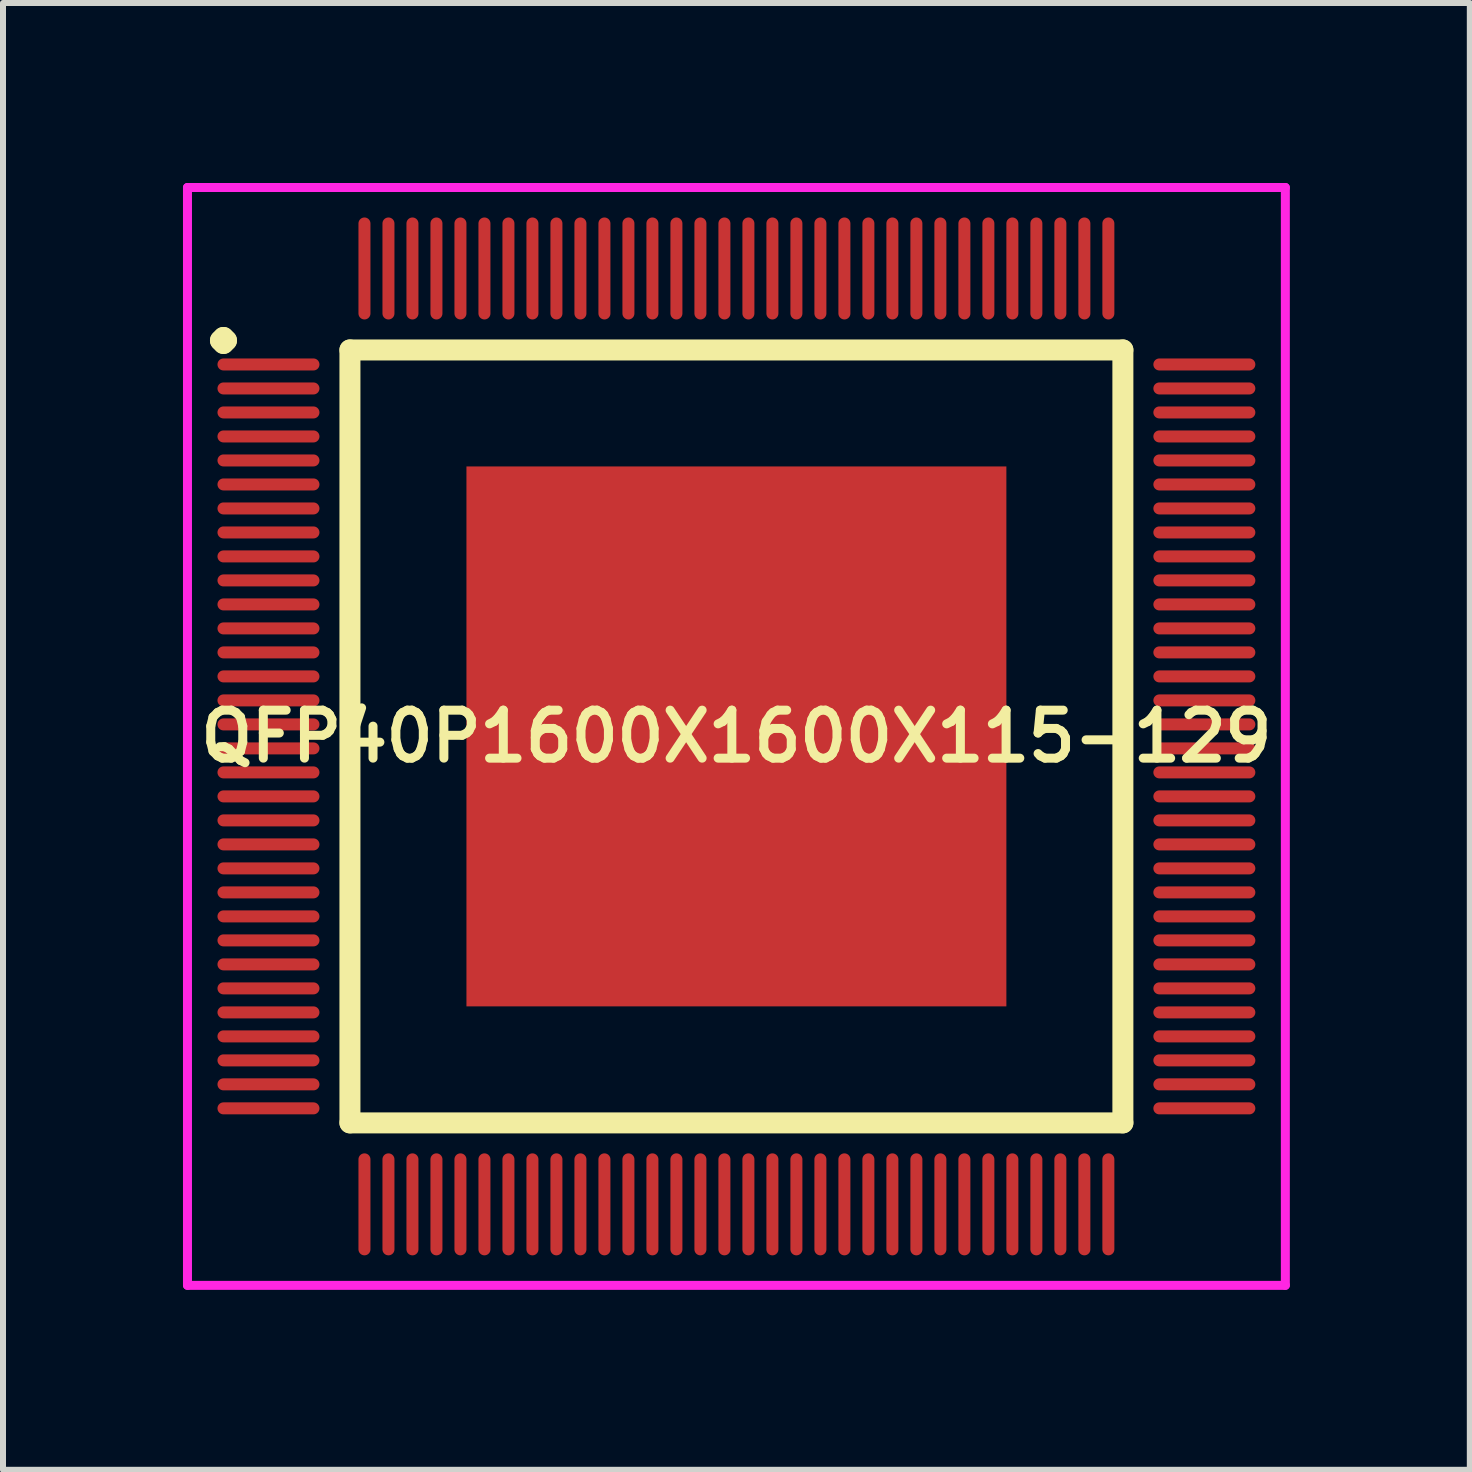
<source format=kicad_pcb>
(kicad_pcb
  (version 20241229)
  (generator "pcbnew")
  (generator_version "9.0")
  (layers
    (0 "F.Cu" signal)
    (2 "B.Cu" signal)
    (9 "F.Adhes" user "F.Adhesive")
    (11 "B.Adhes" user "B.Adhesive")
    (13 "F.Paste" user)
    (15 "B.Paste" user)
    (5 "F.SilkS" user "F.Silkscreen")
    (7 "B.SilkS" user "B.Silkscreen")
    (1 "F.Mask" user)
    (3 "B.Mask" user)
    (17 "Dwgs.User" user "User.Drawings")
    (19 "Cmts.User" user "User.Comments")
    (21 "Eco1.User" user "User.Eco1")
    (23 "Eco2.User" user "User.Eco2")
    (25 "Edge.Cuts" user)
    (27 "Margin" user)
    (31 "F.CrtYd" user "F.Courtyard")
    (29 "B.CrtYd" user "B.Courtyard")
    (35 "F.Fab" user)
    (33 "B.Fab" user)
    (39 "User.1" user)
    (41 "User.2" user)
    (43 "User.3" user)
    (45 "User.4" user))
  (footprint "QFP40P1600X1600X115-129"
    (layer "F.Cu")
    (at 9.225 9.225)
    (property "Reference" "QFP40P1600X1600X115-129" (at 0 0 0) (layer "F.SilkS") (effects (font (size 0.8 0.8) (thickness 0.15))))
    (attr through_hole)
    (fp_line (start -8.6 -6.6) (end -8.55 -6.65) (stroke (width 0.35) (type solid)) (layer "F.SilkS"))
    (fp_line (start -8.55 -6.65) (end -8.5 -6.6) (stroke (width 0.35) (type solid)) (layer "F.SilkS"))
    (fp_line (start -8.55 -6.55) (end -8.6 -6.6) (stroke (width 0.35) (type solid)) (layer "F.SilkS"))
    (fp_line (start -8.5 -6.6) (end -8.55 -6.55) (stroke (width 0.35) (type solid)) (layer "F.SilkS"))
    (fp_line (start -6.442 -6.442) (end -6.442 6.442) (stroke (width 0.35) (type solid)) (layer "F.SilkS"))
    (fp_line (start -6.442 6.442) (end 6.442 6.442) (stroke (width 0.35) (type solid)) (layer "F.SilkS"))
    (fp_line (start 6.442 -6.442) (end -6.442 -6.442) (stroke (width 0.35) (type solid)) (layer "F.SilkS"))
    (fp_line (start 6.442 6.442) (end 6.442 -6.442) (stroke (width 0.35) (type solid)) (layer "F.SilkS"))
    (fp_line (start -9.15 -9.15) (end 9.15 -9.15) (stroke (width 0.15) (type solid)) (layer "F.CrtYd"))
    (fp_line (start -9.15 9.15) (end -9.15 -9.15) (stroke (width 0.15) (type solid)) (layer "F.CrtYd"))
    (fp_line (start 9.15 -9.15) (end 9.15 9.15) (stroke (width 0.15) (type solid)) (layer "F.CrtYd"))
    (fp_line (start 9.15 9.15) (end -9.15 9.15) (stroke (width 0.15) (type solid)) (layer "F.CrtYd"))
    (pad "1" smd oval (at -7.8 -6.2) (size 1.7 0.2) (layers "F.Cu" "F.Mask" "F.Paste"))
    (pad "2" smd oval (at -7.8 -5.8) (size 1.7 0.2) (layers "F.Cu" "F.Mask" "F.Paste"))
    (pad "3" smd oval (at -7.8 -5.4) (size 1.7 0.2) (layers "F.Cu" "F.Mask" "F.Paste"))
    (pad "4" smd oval (at -7.8 -5) (size 1.7 0.2) (layers "F.Cu" "F.Mask" "F.Paste"))
    (pad "5" smd oval (at -7.8 -4.6) (size 1.7 0.2) (layers "F.Cu" "F.Mask" "F.Paste"))
    (pad "6" smd oval (at -7.8 -4.2) (size 1.7 0.2) (layers "F.Cu" "F.Mask" "F.Paste"))
    (pad "7" smd oval (at -7.8 -3.8) (size 1.7 0.2) (layers "F.Cu" "F.Mask" "F.Paste"))
    (pad "8" smd oval (at -7.8 -3.4) (size 1.7 0.2) (layers "F.Cu" "F.Mask" "F.Paste"))
    (pad "9" smd oval (at -7.8 -3) (size 1.7 0.2) (layers "F.Cu" "F.Mask" "F.Paste"))
    (pad "10" smd oval (at -7.8 -2.6) (size 1.7 0.2) (layers "F.Cu" "F.Mask" "F.Paste"))
    (pad "11" smd oval (at -7.8 -2.2) (size 1.7 0.2) (layers "F.Cu" "F.Mask" "F.Paste"))
    (pad "12" smd oval (at -7.8 -1.8) (size 1.7 0.2) (layers "F.Cu" "F.Mask" "F.Paste"))
    (pad "13" smd oval (at -7.8 -1.4) (size 1.7 0.2) (layers "F.Cu" "F.Mask" "F.Paste"))
    (pad "14" smd oval (at -7.8 -1) (size 1.7 0.2) (layers "F.Cu" "F.Mask" "F.Paste"))
    (pad "15" smd oval (at -7.8 -0.6) (size 1.7 0.2) (layers "F.Cu" "F.Mask" "F.Paste"))
    (pad "16" smd oval (at -7.8 -0.2) (size 1.7 0.2) (layers "F.Cu" "F.Mask" "F.Paste"))
    (pad "17" smd oval (at -7.8 0.2) (size 1.7 0.2) (layers "F.Cu" "F.Mask" "F.Paste"))
    (pad "18" smd oval (at -7.8 0.6) (size 1.7 0.2) (layers "F.Cu" "F.Mask" "F.Paste"))
    (pad "19" smd oval (at -7.8 1) (size 1.7 0.2) (layers "F.Cu" "F.Mask" "F.Paste"))
    (pad "20" smd oval (at -7.8 1.4) (size 1.7 0.2) (layers "F.Cu" "F.Mask" "F.Paste"))
    (pad "21" smd oval (at -7.8 1.8) (size 1.7 0.2) (layers "F.Cu" "F.Mask" "F.Paste"))
    (pad "22" smd oval (at -7.8 2.2) (size 1.7 0.2) (layers "F.Cu" "F.Mask" "F.Paste"))
    (pad "23" smd oval (at -7.8 2.6) (size 1.7 0.2) (layers "F.Cu" "F.Mask" "F.Paste"))
    (pad "24" smd oval (at -7.8 3) (size 1.7 0.2) (layers "F.Cu" "F.Mask" "F.Paste"))
    (pad "25" smd oval (at -7.8 3.4) (size 1.7 0.2) (layers "F.Cu" "F.Mask" "F.Paste"))
    (pad "26" smd oval (at -7.8 3.8) (size 1.7 0.2) (layers "F.Cu" "F.Mask" "F.Paste"))
    (pad "27" smd oval (at -7.8 4.2) (size 1.7 0.2) (layers "F.Cu" "F.Mask" "F.Paste"))
    (pad "28" smd oval (at -7.8 4.6) (size 1.7 0.2) (layers "F.Cu" "F.Mask" "F.Paste"))
    (pad "29" smd oval (at -7.8 5) (size 1.7 0.2) (layers "F.Cu" "F.Mask" "F.Paste"))
    (pad "30" smd oval (at -7.8 5.4) (size 1.7 0.2) (layers "F.Cu" "F.Mask" "F.Paste"))
    (pad "31" smd oval (at -7.8 5.8) (size 1.7 0.2) (layers "F.Cu" "F.Mask" "F.Paste"))
    (pad "32" smd oval (at -7.8 6.2) (size 1.7 0.2) (layers "F.Cu" "F.Mask" "F.Paste"))
    (pad "33" smd oval (at -6.2 7.8) (size 0.2 1.7) (layers "F.Cu" "F.Mask" "F.Paste"))
    (pad "34" smd oval (at -5.8 7.8) (size 0.2 1.7) (layers "F.Cu" "F.Mask" "F.Paste"))
    (pad "35" smd oval (at -5.4 7.8) (size 0.2 1.7) (layers "F.Cu" "F.Mask" "F.Paste"))
    (pad "36" smd oval (at -5 7.8) (size 0.2 1.7) (layers "F.Cu" "F.Mask" "F.Paste"))
    (pad "37" smd oval (at -4.6 7.8) (size 0.2 1.7) (layers "F.Cu" "F.Mask" "F.Paste"))
    (pad "38" smd oval (at -4.2 7.8) (size 0.2 1.7) (layers "F.Cu" "F.Mask" "F.Paste"))
    (pad "39" smd oval (at -3.8 7.8) (size 0.2 1.7) (layers "F.Cu" "F.Mask" "F.Paste"))
    (pad "40" smd oval (at -3.4 7.8) (size 0.2 1.7) (layers "F.Cu" "F.Mask" "F.Paste"))
    (pad "41" smd oval (at -3 7.8) (size 0.2 1.7) (layers "F.Cu" "F.Mask" "F.Paste"))
    (pad "42" smd oval (at -2.6 7.8) (size 0.2 1.7) (layers "F.Cu" "F.Mask" "F.Paste"))
    (pad "43" smd oval (at -2.2 7.8) (size 0.2 1.7) (layers "F.Cu" "F.Mask" "F.Paste"))
    (pad "44" smd oval (at -1.8 7.8) (size 0.2 1.7) (layers "F.Cu" "F.Mask" "F.Paste"))
    (pad "45" smd oval (at -1.4 7.8) (size 0.2 1.7) (layers "F.Cu" "F.Mask" "F.Paste"))
    (pad "46" smd oval (at -1 7.8) (size 0.2 1.7) (layers "F.Cu" "F.Mask" "F.Paste"))
    (pad "47" smd oval (at -0.6 7.8) (size 0.2 1.7) (layers "F.Cu" "F.Mask" "F.Paste"))
    (pad "48" smd oval (at -0.2 7.8) (size 0.2 1.7) (layers "F.Cu" "F.Mask" "F.Paste"))
    (pad "49" smd oval (at 0.2 7.8) (size 0.2 1.7) (layers "F.Cu" "F.Mask" "F.Paste"))
    (pad "50" smd oval (at 0.6 7.8) (size 0.2 1.7) (layers "F.Cu" "F.Mask" "F.Paste"))
    (pad "51" smd oval (at 1 7.8) (size 0.2 1.7) (layers "F.Cu" "F.Mask" "F.Paste"))
    (pad "52" smd oval (at 1.4 7.8) (size 0.2 1.7) (layers "F.Cu" "F.Mask" "F.Paste"))
    (pad "53" smd oval (at 1.8 7.8) (size 0.2 1.7) (layers "F.Cu" "F.Mask" "F.Paste"))
    (pad "54" smd oval (at 2.2 7.8) (size 0.2 1.7) (layers "F.Cu" "F.Mask" "F.Paste"))
    (pad "55" smd oval (at 2.6 7.8) (size 0.2 1.7) (layers "F.Cu" "F.Mask" "F.Paste"))
    (pad "56" smd oval (at 3 7.8) (size 0.2 1.7) (layers "F.Cu" "F.Mask" "F.Paste"))
    (pad "57" smd oval (at 3.4 7.8) (size 0.2 1.7) (layers "F.Cu" "F.Mask" "F.Paste"))
    (pad "58" smd oval (at 3.8 7.8) (size 0.2 1.7) (layers "F.Cu" "F.Mask" "F.Paste"))
    (pad "59" smd oval (at 4.2 7.8) (size 0.2 1.7) (layers "F.Cu" "F.Mask" "F.Paste"))
    (pad "60" smd oval (at 4.6 7.8) (size 0.2 1.7) (layers "F.Cu" "F.Mask" "F.Paste"))
    (pad "61" smd oval (at 5 7.8) (size 0.2 1.7) (layers "F.Cu" "F.Mask" "F.Paste"))
    (pad "62" smd oval (at 5.4 7.8) (size 0.2 1.7) (layers "F.Cu" "F.Mask" "F.Paste"))
    (pad "63" smd oval (at 5.8 7.8) (size 0.2 1.7) (layers "F.Cu" "F.Mask" "F.Paste"))
    (pad "64" smd oval (at 6.2 7.8) (size 0.2 1.7) (layers "F.Cu" "F.Mask" "F.Paste"))
    (pad "65" smd oval (at 7.8 6.2) (size 1.7 0.2) (layers "F.Cu" "F.Mask" "F.Paste"))
    (pad "66" smd oval (at 7.8 5.8) (size 1.7 0.2) (layers "F.Cu" "F.Mask" "F.Paste"))
    (pad "67" smd oval (at 7.8 5.4) (size 1.7 0.2) (layers "F.Cu" "F.Mask" "F.Paste"))
    (pad "68" smd oval (at 7.8 5) (size 1.7 0.2) (layers "F.Cu" "F.Mask" "F.Paste"))
    (pad "69" smd oval (at 7.8 4.6) (size 1.7 0.2) (layers "F.Cu" "F.Mask" "F.Paste"))
    (pad "70" smd oval (at 7.8 4.2) (size 1.7 0.2) (layers "F.Cu" "F.Mask" "F.Paste"))
    (pad "71" smd oval (at 7.8 3.8) (size 1.7 0.2) (layers "F.Cu" "F.Mask" "F.Paste"))
    (pad "72" smd oval (at 7.8 3.4) (size 1.7 0.2) (layers "F.Cu" "F.Mask" "F.Paste"))
    (pad "73" smd oval (at 7.8 3) (size 1.7 0.2) (layers "F.Cu" "F.Mask" "F.Paste"))
    (pad "74" smd oval (at 7.8 2.6) (size 1.7 0.2) (layers "F.Cu" "F.Mask" "F.Paste"))
    (pad "75" smd oval (at 7.8 2.2) (size 1.7 0.2) (layers "F.Cu" "F.Mask" "F.Paste"))
    (pad "76" smd oval (at 7.8 1.8) (size 1.7 0.2) (layers "F.Cu" "F.Mask" "F.Paste"))
    (pad "77" smd oval (at 7.8 1.4) (size 1.7 0.2) (layers "F.Cu" "F.Mask" "F.Paste"))
    (pad "78" smd oval (at 7.8 1) (size 1.7 0.2) (layers "F.Cu" "F.Mask" "F.Paste"))
    (pad "79" smd oval (at 7.8 0.6) (size 1.7 0.2) (layers "F.Cu" "F.Mask" "F.Paste"))
    (pad "80" smd oval (at 7.8 0.2) (size 1.7 0.2) (layers "F.Cu" "F.Mask" "F.Paste"))
    (pad "81" smd oval (at 7.8 -0.2) (size 1.7 0.2) (layers "F.Cu" "F.Mask" "F.Paste"))
    (pad "82" smd oval (at 7.8 -0.6) (size 1.7 0.2) (layers "F.Cu" "F.Mask" "F.Paste"))
    (pad "83" smd oval (at 7.8 -1) (size 1.7 0.2) (layers "F.Cu" "F.Mask" "F.Paste"))
    (pad "84" smd oval (at 7.8 -1.4) (size 1.7 0.2) (layers "F.Cu" "F.Mask" "F.Paste"))
    (pad "85" smd oval (at 7.8 -1.8) (size 1.7 0.2) (layers "F.Cu" "F.Mask" "F.Paste"))
    (pad "86" smd oval (at 7.8 -2.2) (size 1.7 0.2) (layers "F.Cu" "F.Mask" "F.Paste"))
    (pad "87" smd oval (at 7.8 -2.6) (size 1.7 0.2) (layers "F.Cu" "F.Mask" "F.Paste"))
    (pad "88" smd oval (at 7.8 -3) (size 1.7 0.2) (layers "F.Cu" "F.Mask" "F.Paste"))
    (pad "89" smd oval (at 7.8 -3.4) (size 1.7 0.2) (layers "F.Cu" "F.Mask" "F.Paste"))
    (pad "90" smd oval (at 7.8 -3.8) (size 1.7 0.2) (layers "F.Cu" "F.Mask" "F.Paste"))
    (pad "91" smd oval (at 7.8 -4.2) (size 1.7 0.2) (layers "F.Cu" "F.Mask" "F.Paste"))
    (pad "92" smd oval (at 7.8 -4.6) (size 1.7 0.2) (layers "F.Cu" "F.Mask" "F.Paste"))
    (pad "93" smd oval (at 7.8 -5) (size 1.7 0.2) (layers "F.Cu" "F.Mask" "F.Paste"))
    (pad "94" smd oval (at 7.8 -5.4) (size 1.7 0.2) (layers "F.Cu" "F.Mask" "F.Paste"))
    (pad "95" smd oval (at 7.8 -5.8) (size 1.7 0.2) (layers "F.Cu" "F.Mask" "F.Paste"))
    (pad "96" smd oval (at 7.8 -6.2) (size 1.7 0.2) (layers "F.Cu" "F.Mask" "F.Paste"))
    (pad "97" smd oval (at 6.2 -7.8) (size 0.2 1.7) (layers "F.Cu" "F.Mask" "F.Paste"))
    (pad "98" smd oval (at 5.8 -7.8) (size 0.2 1.7) (layers "F.Cu" "F.Mask" "F.Paste"))
    (pad "99" smd oval (at 5.4 -7.8) (size 0.2 1.7) (layers "F.Cu" "F.Mask" "F.Paste"))
    (pad "100" smd oval (at 5 -7.8) (size 0.2 1.7) (layers "F.Cu" "F.Mask" "F.Paste"))
    (pad "101" smd oval (at 4.6 -7.8) (size 0.2 1.7) (layers "F.Cu" "F.Mask" "F.Paste"))
    (pad "102" smd oval (at 4.2 -7.8) (size 0.2 1.7) (layers "F.Cu" "F.Mask" "F.Paste"))
    (pad "103" smd oval (at 3.8 -7.8) (size 0.2 1.7) (layers "F.Cu" "F.Mask" "F.Paste"))
    (pad "104" smd oval (at 3.4 -7.8) (size 0.2 1.7) (layers "F.Cu" "F.Mask" "F.Paste"))
    (pad "105" smd oval (at 3 -7.8) (size 0.2 1.7) (layers "F.Cu" "F.Mask" "F.Paste"))
    (pad "106" smd oval (at 2.6 -7.8) (size 0.2 1.7) (layers "F.Cu" "F.Mask" "F.Paste"))
    (pad "107" smd oval (at 2.2 -7.8) (size 0.2 1.7) (layers "F.Cu" "F.Mask" "F.Paste"))
    (pad "108" smd oval (at 1.8 -7.8) (size 0.2 1.7) (layers "F.Cu" "F.Mask" "F.Paste"))
    (pad "109" smd oval (at 1.4 -7.8) (size 0.2 1.7) (layers "F.Cu" "F.Mask" "F.Paste"))
    (pad "110" smd oval (at 1 -7.8) (size 0.2 1.7) (layers "F.Cu" "F.Mask" "F.Paste"))
    (pad "111" smd oval (at 0.6 -7.8) (size 0.2 1.7) (layers "F.Cu" "F.Mask" "F.Paste"))
    (pad "112" smd oval (at 0.2 -7.8) (size 0.2 1.7) (layers "F.Cu" "F.Mask" "F.Paste"))
    (pad "113" smd oval (at -0.2 -7.8) (size 0.2 1.7) (layers "F.Cu" "F.Mask" "F.Paste"))
    (pad "114" smd oval (at -0.6 -7.8) (size 0.2 1.7) (layers "F.Cu" "F.Mask" "F.Paste"))
    (pad "115" smd oval (at -1 -7.8) (size 0.2 1.7) (layers "F.Cu" "F.Mask" "F.Paste"))
    (pad "116" smd oval (at -1.4 -7.8) (size 0.2 1.7) (layers "F.Cu" "F.Mask" "F.Paste"))
    (pad "117" smd oval (at -1.8 -7.8) (size 0.2 1.7) (layers "F.Cu" "F.Mask" "F.Paste"))
    (pad "118" smd oval (at -2.2 -7.8) (size 0.2 1.7) (layers "F.Cu" "F.Mask" "F.Paste"))
    (pad "119" smd oval (at -2.6 -7.8) (size 0.2 1.7) (layers "F.Cu" "F.Mask" "F.Paste"))
    (pad "120" smd oval (at -3 -7.8) (size 0.2 1.7) (layers "F.Cu" "F.Mask" "F.Paste"))
    (pad "121" smd oval (at -3.4 -7.8) (size 0.2 1.7) (layers "F.Cu" "F.Mask" "F.Paste"))
    (pad "122" smd oval (at -3.8 -7.8) (size 0.2 1.7) (layers "F.Cu" "F.Mask" "F.Paste"))
    (pad "123" smd oval (at -4.2 -7.8) (size 0.2 1.7) (layers "F.Cu" "F.Mask" "F.Paste"))
    (pad "124" smd oval (at -4.6 -7.8) (size 0.2 1.7) (layers "F.Cu" "F.Mask" "F.Paste"))
    (pad "125" smd oval (at -5 -7.8) (size 0.2 1.7) (layers "F.Cu" "F.Mask" "F.Paste"))
    (pad "126" smd oval (at -5.4 -7.8) (size 0.2 1.7) (layers "F.Cu" "F.Mask" "F.Paste"))
    (pad "127" smd oval (at -5.8 -7.8) (size 0.2 1.7) (layers "F.Cu" "F.Mask" "F.Paste"))
    (pad "128" smd oval (at -6.2 -7.8) (size 0.2 1.7) (layers "F.Cu" "F.Mask" "F.Paste"))
    (pad "129" smd rect (at 0 0) (size 9 9) (layers "F.Cu" "F.Mask" "F.Paste")))
  (gr_rect
    (start -3 -3)
    (end 21.45 21.45)
    (stroke (width 0.1) (type default))
    (fill no)
    (layer "Edge.Cuts")))
</source>
